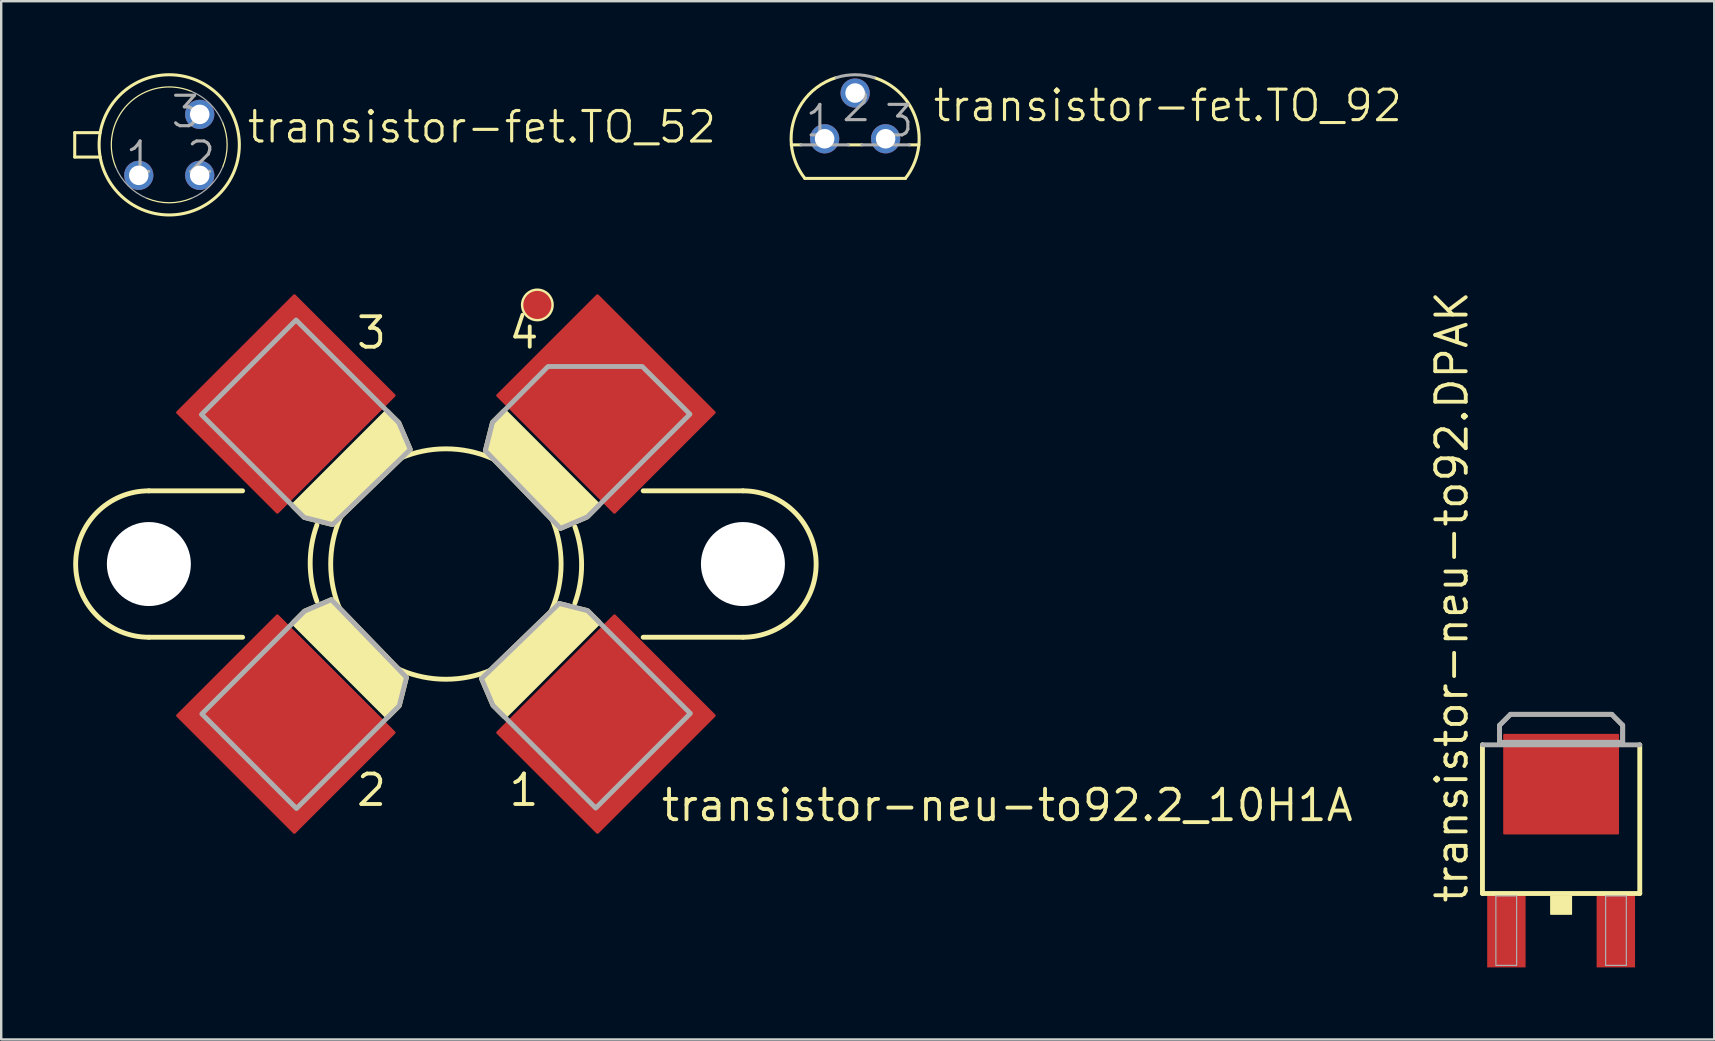
<source format=kicad_pcb>
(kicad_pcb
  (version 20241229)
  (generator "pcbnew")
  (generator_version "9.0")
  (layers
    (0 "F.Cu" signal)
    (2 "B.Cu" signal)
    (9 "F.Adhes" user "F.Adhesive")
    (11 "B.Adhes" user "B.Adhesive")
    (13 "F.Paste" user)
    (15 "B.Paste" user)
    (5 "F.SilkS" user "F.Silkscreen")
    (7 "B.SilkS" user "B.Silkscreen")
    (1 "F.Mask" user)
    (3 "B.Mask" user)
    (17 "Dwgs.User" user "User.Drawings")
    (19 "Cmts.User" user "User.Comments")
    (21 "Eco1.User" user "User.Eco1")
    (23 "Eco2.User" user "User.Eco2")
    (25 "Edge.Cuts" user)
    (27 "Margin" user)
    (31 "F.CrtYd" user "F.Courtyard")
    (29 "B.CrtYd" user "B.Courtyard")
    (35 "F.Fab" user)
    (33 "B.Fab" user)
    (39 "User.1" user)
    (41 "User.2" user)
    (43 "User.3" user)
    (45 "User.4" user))
  (footprint "transistor-neu-to92.DPAK"
    (layer "F.Cu")
    (at 61.989 31.715)
    (property "Reference" "transistor-neu-to92.DPAK" (at -3.81 2.94 90) (layer "F.SilkS") (effects (font (size 1.27 1.27) (thickness 0.16)) (justify left bottom)))
    (attr smd)
    (fp_line (start -3.277 2.459) (end -3.277 -3.735) (stroke (width 0.203) (type default)) (layer "F.SilkS"))
    (fp_line (start 3.277 -3.735) (end 3.277 2.459) (stroke (width 0.203) (type default)) (layer "F.SilkS"))
    (fp_line (start 3.277 2.459) (end -3.277 2.459) (stroke (width 0.203) (type default)) (layer "F.SilkS"))
    (fp_rect (start -0.432 3.323) (end 0.432 2.561) (stroke (width 0.05) (type default)) (fill yes) (layer "F.SilkS"))
    (fp_line (start -3.277 -3.735) (end 3.277 -3.735) (stroke (width 0.203) (type default)) (layer "F.Fab"))
    (fp_line (start -2.565 -4.548) (end -2.108 -5.005) (stroke (width 0.203) (type default)) (layer "F.Fab"))
    (fp_line (start -2.565 -3.837) (end -2.565 -4.548) (stroke (width 0.203) (type default)) (layer "F.Fab"))
    (fp_line (start -2.108 -5.005) (end 2.108 -5.005) (stroke (width 0.203) (type default)) (layer "F.Fab"))
    (fp_line (start 2.108 -5.005) (end 2.565 -4.548) (stroke (width 0.203) (type default)) (layer "F.Fab"))
    (fp_line (start 2.565 -4.548) (end 2.565 -3.837) (stroke (width 0.203) (type default)) (layer "F.Fab"))
    (fp_line (start 2.565 -3.837) (end -2.565 -3.837) (stroke (width 0.203) (type default)) (layer "F.Fab"))
    (fp_rect (start -2.718 5.456) (end -1.854 2.561) (stroke (width 0.05) (type default)) (fill no) (layer "F.Fab"))
    (fp_rect (start 1.854 5.456) (end 2.718 2.561) (stroke (width 0.05) (type default)) (fill no) (layer "F.Fab"))
    (fp_poly (pts (xy -2.565 -3.837) (xy -2.565 -4.548) (xy -2.108 -5.005) (xy 2.108 -5.005) (xy 2.565 -4.548) (xy 2.565 -3.837)) (stroke (width 0.2) (type default)) (fill no) (layer "F.Fab"))
    (pad "1" smd roundrect (at -2.28 4.04) (size 1.6 3) (layers "F.Cu" "F.Mask" "F.Paste") (roundrect_rratio 0.01))
    (pad "3" smd roundrect (at 2.28 4.04) (size 1.6 3) (layers "F.Cu" "F.Mask" "F.Paste") (roundrect_rratio 0.01))
    (pad "4" smd roundrect (at 0 -2.096) (size 4.826 4.191) (layers "F.Cu" "F.Mask" "F.Paste") (roundrect_rratio 0.01)))
  (footprint "transistor-fet.TO_92"
    (layer "F.Cu")
    (at 32.576 2.731)
    (property "Reference" "transistor-fet.TO_92" (at 3.175 -0.635 0) (layer "F.SilkS") (effects (font (size 1.27 1.27) (thickness 0.13)) (justify left bottom)))
    (attr through_hole)
    (fp_line (start -2.655 0.254) (end -2.254 0.254) (stroke (width 0.127) (type default)) (layer "F.SilkS"))
    (fp_line (start -2.095 1.651) (end 2.095 1.651) (stroke (width 0.127) (type default)) (layer "F.SilkS"))
    (fp_line (start -0.286 0.254) (end 0.286 0.254) (stroke (width 0.127) (type default)) (layer "F.SilkS"))
    (fp_line (start 2.254 0.254) (end 2.655 0.254) (stroke (width 0.127) (type default)) (layer "F.SilkS"))
    (fp_arc (start -2.6549 0.254) (mid -2.219001 -1.479565) (end -0.7863 -2.5485) (stroke (width 0.127) (type default)) (layer "F.SilkS"))
    (fp_arc (start -2.0946 1.651) (mid -2.475346 0.992847) (end -2.6549 0.254) (stroke (width 0.127) (type default)) (layer "F.SilkS"))
    (fp_arc (start 0.7863 -2.5484) (mid 2.546276 -0.793203) (end 2.0945 1.651) (stroke (width 0.127) (type default)) (layer "F.SilkS"))
    (fp_line (start -2.254 0.254) (end -0.286 0.254) (stroke (width 0.127) (type default)) (layer "F.Fab"))
    (fp_line (start 0.286 0.254) (end 2.254 0.254) (stroke (width 0.127) (type default)) (layer "F.Fab"))
    (fp_arc (start -0.7863 -2.5485) (mid 0 -2.667043) (end 0.7863 -2.5485) (stroke (width 0.127) (type default)) (layer "F.Fab"))
    (fp_text user "1" (at -2.159 0 0) (layer "F.Fab") (effects (font (size 1.27 1.27) (thickness 0.13)) (justify left bottom)))
    (fp_text user "2" (at -0.635 -0.635 0) (layer "F.Fab") (effects (font (size 1.27 1.27) (thickness 0.13)) (justify left bottom)))
    (fp_text user "3" (at 1.143 0 0) (layer "F.Fab") (effects (font (size 1.27 1.27) (thickness 0.13)) (justify left bottom)))
    (pad "1" thru_hole circle (at -1.27 0) (size 1.219 1.219) (drill 0.813) (layers "*.Cu" "*.Mask"))
    (pad "2" thru_hole circle (at 0 -1.905) (size 1.219 1.219) (drill 0.813) (layers "*.Cu" "*.Mask"))
    (pad "3" thru_hole circle (at 1.27 0) (size 1.219 1.219) (drill 0.813) (layers "*.Cu" "*.Mask")))
  (footprint "transistor-neu-to92.2_10H1A"
    (layer "F.Cu")
    (at 15.527 20.449)
    (property "Reference" "transistor-neu-to92.2_10H1A" (at 8.89 10.795 0) (layer "F.SilkS") (effects (font (size 1.27 1.27) (thickness 0.16)) (justify left bottom)))
    (attr smd)
    (fp_line (start -12.375 -3.05) (end -8.47 -3.05) (stroke (width 0.203) (type default)) (layer "F.SilkS"))
    (fp_line (start -8.47 3.05) (end -12.375 3.05) (stroke (width 0.203) (type default)) (layer "F.SilkS"))
    (fp_line (start 8.22 -3.05) (end 12.375 -3.05) (stroke (width 0.203) (type default)) (layer "F.SilkS"))
    (fp_line (start 12.375 3.05) (end 8.22 3.05) (stroke (width 0.203) (type default)) (layer "F.SilkS"))
    (fp_arc (start -12.375 3.05) (mid -15.425 0) (end -12.375 -3.05) (stroke (width 0.2032) (type default)) (layer "F.SilkS"))
    (fp_arc (start -5.375 1.55) (mid -5.653773 -0.0375) (end -5.375 -1.625) (stroke (width 0.2032) (type default)) (layer "F.SilkS"))
    (fp_arc (start 5.375 -1.55) (mid 5.653773 0.0375) (end 5.375 1.625) (stroke (width 0.2032) (type default)) (layer "F.SilkS"))
    (fp_arc (start 12.375 -3.05) (mid 15.425 0) (end 12.375 3.05) (stroke (width 0.2032) (type default)) (layer "F.SilkS"))
    (fp_circle (center 0 0) (end 4.8 0) (stroke (width 0.203) (type default)) (fill no) (layer "F.SilkS"))
    (fp_circle (center 3.81 -10.795) (end 4.445 -10.795) (stroke (width 0.1) (type default)) (fill no) (layer "F.SilkS"))
    (fp_poly (pts (xy -5.887 1.962) (xy -4.773 1.485) (xy -1.644 4.72) (xy -1.944 5.904) (xy -2.415 6.375) (xy -6.357 2.433)) (stroke (width 0.203) (type default)) (fill yes) (layer "F.SilkS"))
    (fp_poly (pts (xy -1.962 -5.887) (xy -1.485 -4.773) (xy -4.72 -1.644) (xy -5.904 -1.944) (xy -6.375 -2.415) (xy -2.433 -6.357)) (stroke (width 0.203) (type default)) (fill yes) (layer "F.SilkS"))
    (fp_poly (pts (xy 1.962 5.887) (xy 1.485 4.773) (xy 4.72 1.644) (xy 5.904 1.944) (xy 6.375 2.415) (xy 2.433 6.357)) (stroke (width 0.203) (type default)) (fill yes) (layer "F.SilkS"))
    (fp_poly (pts (xy 5.887 -1.962) (xy 4.773 -1.485) (xy 1.644 -4.72) (xy 1.944 -5.904) (xy 2.415 -6.375) (xy 6.357 -2.433)) (stroke (width 0.203) (type default)) (fill yes) (layer "F.SilkS"))
    (fp_poly (pts (xy -5.887 1.962) (xy -4.773 1.485) (xy -1.644 4.72) (xy -1.944 5.904) (xy -6.225 10.185) (xy -10.167 6.243)) (stroke (width 0.203) (type default)) (fill no) (layer "F.Fab"))
    (fp_poly (pts (xy -1.962 -5.887) (xy -1.485 -4.773) (xy -4.72 -1.644) (xy -5.904 -1.944) (xy -10.185 -6.225) (xy -6.243 -10.167)) (stroke (width 0.203) (type default)) (fill no) (layer "F.Fab"))
    (fp_poly (pts (xy 1.962 5.887) (xy 1.485 4.773) (xy 4.72 1.644) (xy 5.904 1.944) (xy 10.185 6.225) (xy 6.243 10.167)) (stroke (width 0.203) (type default)) (fill no) (layer "F.Fab"))
    (fp_poly (pts (xy 5.887 -1.962) (xy 4.773 -1.485) (xy 1.644 -4.72) (xy 1.944 -5.904) (xy 4.255 -8.23) (xy 8.18 -8.23) (xy 10.167 -6.243)) (stroke (width 0.203) (type default)) (fill no) (layer "F.Fab"))
    (fp_text user "2" (at -3.81 10.16 0) (layer "F.SilkS") (effects (font (size 1.27 1.27) (thickness 0.16)) (justify left bottom)))
    (fp_text user "3" (at -3.81 -8.89 0) (layer "F.SilkS") (effects (font (size 1.27 1.27) (thickness 0.16)) (justify left bottom)))
    (fp_text user "4" (at 2.54 -8.89 0) (layer "F.SilkS") (effects (font (size 1.27 1.27) (thickness 0.16)) (justify left bottom)))
    (fp_text user "1" (at 2.54 10.16 0) (layer "F.SilkS") (effects (font (size 1.27 1.27) (thickness 0.16)) (justify left bottom)))
    (pad "" np_thru_hole circle (at -12.375 0) (size 3.5 3.5) (drill 3.5) (layers "*.Cu" "*.Mask"))
    (pad "" np_thru_hole circle (at 12.375 0) (size 3.5 3.5) (drill 3.5) (layers "*.Cu" "*.Mask"))
    (pad "1" smd roundrect (at 6.668 6.668 45) (size 7 6) (layers "F.Cu" "F.Mask" "F.Paste") (roundrect_rratio 0.01))
    (pad "2" smd roundrect (at -6.668 6.668 315) (size 7 6) (layers "F.Cu" "F.Mask" "F.Paste") (roundrect_rratio 0.01))
    (pad "3" smd roundrect (at -6.668 -6.668 225) (size 7 6) (layers "F.Cu" "F.Mask" "F.Paste") (roundrect_rratio 0.01))
    (pad "4" smd roundrect (at 6.668 -6.668 135) (size 7 6) (layers "F.Cu" "F.Mask" "F.Paste") (roundrect_rratio 0.01))
    (pad "M" smd roundrect (at 3.81 -10.795 135) (size 1.27 1.27) (layers "F.Cu" "F.Mask" "F.Paste") (roundrect_rratio 0.5)))
  (footprint "transistor-fet.TO_52"
    (layer "F.Cu")
    (at 4 2.985)
    (property "Reference" "transistor-fet.TO_52" (at 3.175 0 0) (layer "F.SilkS") (effects (font (size 1.27 1.27) (thickness 0.13)) (justify left bottom)))
    (attr through_hole)
    (fp_line (start -3.937 -0.508) (end -2.877 -0.508) (stroke (width 0.127) (type default)) (layer "F.SilkS"))
    (fp_line (start -3.937 0.508) (end -3.937 -0.508) (stroke (width 0.127) (type default)) (layer "F.SilkS"))
    (fp_line (start -3.937 0.508) (end -2.877 0.508) (stroke (width 0.127) (type default)) (layer "F.SilkS"))
    (fp_arc (start -2.227 0.9289) (mid -1.706187 -1.706287) (end 0.929 -2.2271) (stroke (width 0.0508) (type default)) (layer "F.SilkS"))
    (fp_arc (start 0.9289 2.227) (mid 0 2.412962) (end -0.9289 2.227) (stroke (width 0.0508) (type default)) (layer "F.SilkS"))
    (fp_arc (start 2.227 -0.9289) (mid 2.412962 0) (end 2.227 0.9289) (stroke (width 0.0508) (type default)) (layer "F.SilkS"))
    (fp_circle (center 0 0) (end 2.921 0) (stroke (width 0.127) (type default)) (fill no) (layer "F.SilkS"))
    (fp_arc (start -0.9289 2.227) (mid -1.706222 1.706222) (end -2.227 0.9289) (stroke (width 0.0508) (type default)) (layer "F.Fab"))
    (fp_arc (start 0.9289 -2.227) (mid 1.706222 -1.706222) (end 2.227 -0.9289) (stroke (width 0.0508) (type default)) (layer "F.Fab"))
    (fp_arc (start 2.227 0.9289) (mid 1.706222 1.706222) (end 0.9289 2.227) (stroke (width 0.0508) (type default)) (layer "F.Fab"))
    (fp_text user "3" (at 0 -0.635 0) (layer "F.Fab") (effects (font (size 1.27 1.27) (thickness 0.13)) (justify left bottom)))
    (fp_text user "1" (at -1.905 1.27 0) (layer "F.Fab") (effects (font (size 1.27 1.27) (thickness 0.13)) (justify left bottom)))
    (fp_text user "2" (at 0.635 1.27 0) (layer "F.Fab") (effects (font (size 1.27 1.27) (thickness 0.13)) (justify left bottom)))
    (pad "1" thru_hole circle (at -1.27 1.27) (size 1.219 1.219) (drill 0.813) (layers "*.Cu" "*.Mask"))
    (pad "2" thru_hole circle (at 1.27 1.27) (size 1.219 1.219) (drill 0.813) (layers "*.Cu" "*.Mask"))
    (pad "3" thru_hole circle (at 1.27 -1.27) (size 1.219 1.219) (drill 0.813) (layers "*.Cu" "*.Mask")))
  (gr_rect
    (start -3 -3)
    (end 68.368 40.255)
    (stroke (width 0.1) (type default))
    (fill no)
    (layer "Edge.Cuts")))
</source>
